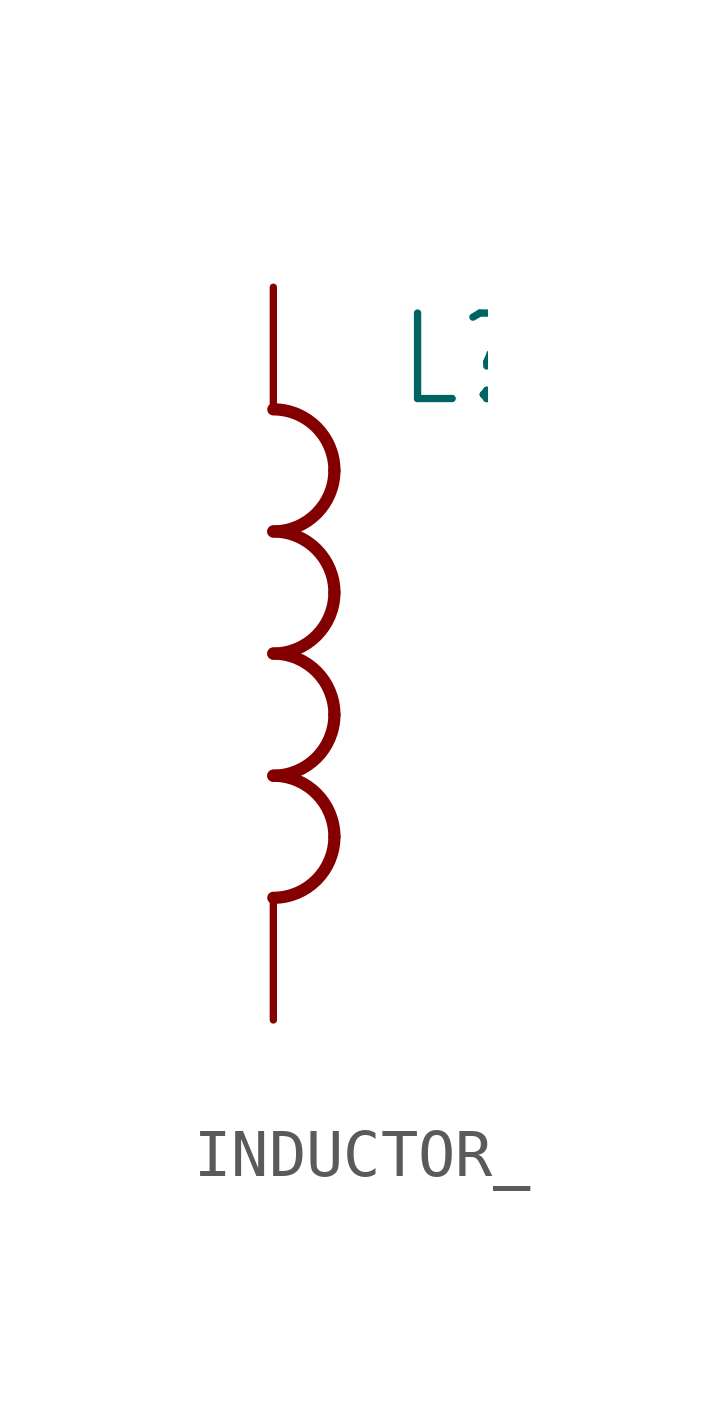
<source format=kicad_sym>
(kicad_symbol_lib
  (version 20241209)
  (generator "kicad_symbol_editor")
  (generator_version "9.0")
  (symbol "INDUCTOR_"
    (property "Reference" "L"
      (at 2.54 5.08 0)
      (effects (font (size 1.778 1.511)) (justify left bottom)))
    (property "Value" ""
      (at 2.54 -5.08 0)
      (effects (font (size 1.778 1.511)) (justify left bottom)))
    (property "ki_locked" ""
      (at 0 0 0)
      (effects (font (size 1.27 1.27))))
    (symbol "INDUCTOR__1_0"
      (arc (start 0 5.08) (mid 0.898 4.708) (end 1.27 3.81) (stroke (width 0.254) (type solid)) (fill (type none)))
      (arc (start 1.27 3.81) (mid 0.898 2.912) (end 0 2.54) (stroke (width 0.254) (type solid)) (fill (type none)))
      (arc (start 1.27 1.27) (mid 0.898 0.372) (end 0 0) (stroke (width 0.254) (type solid)) (fill (type none)))
      (arc (start 0 2.54) (mid 0.8981 2.168) (end 1.2701 1.2699) (stroke (width 0.254) (type solid)) (fill (type none)))
      (arc (start 1.2701 -1.2699) (mid 0.8981 -2.168) (end 0 -2.54) (stroke (width 0.254) (type solid)) (fill (type none)))
      (arc (start 0 0) (mid 0.898 -0.372) (end 1.27 -1.27) (stroke (width 0.254) (type solid)) (fill (type none)))
      (arc (start 0 -2.54) (mid 0.898 -2.912) (end 1.27 -3.81) (stroke (width 0.254) (type solid)) (fill (type none)))
      (arc (start 1.27 -3.81) (mid 0.898 -4.708) (end 0 -5.08) (stroke (width 0.254) (type solid)) (fill (type none)))
      (pin passive line (at 0 7.62 270) (length 2.54) (name "1" (effects (font (size 0 0)))) (number "1" (effects (font (size 0 0)))))
      (pin passive line (at 0 -7.62 90) (length 2.54) (name "2" (effects (font (size 0 0)))) (number "2" (effects (font (size 0 0))))))))
</source>
